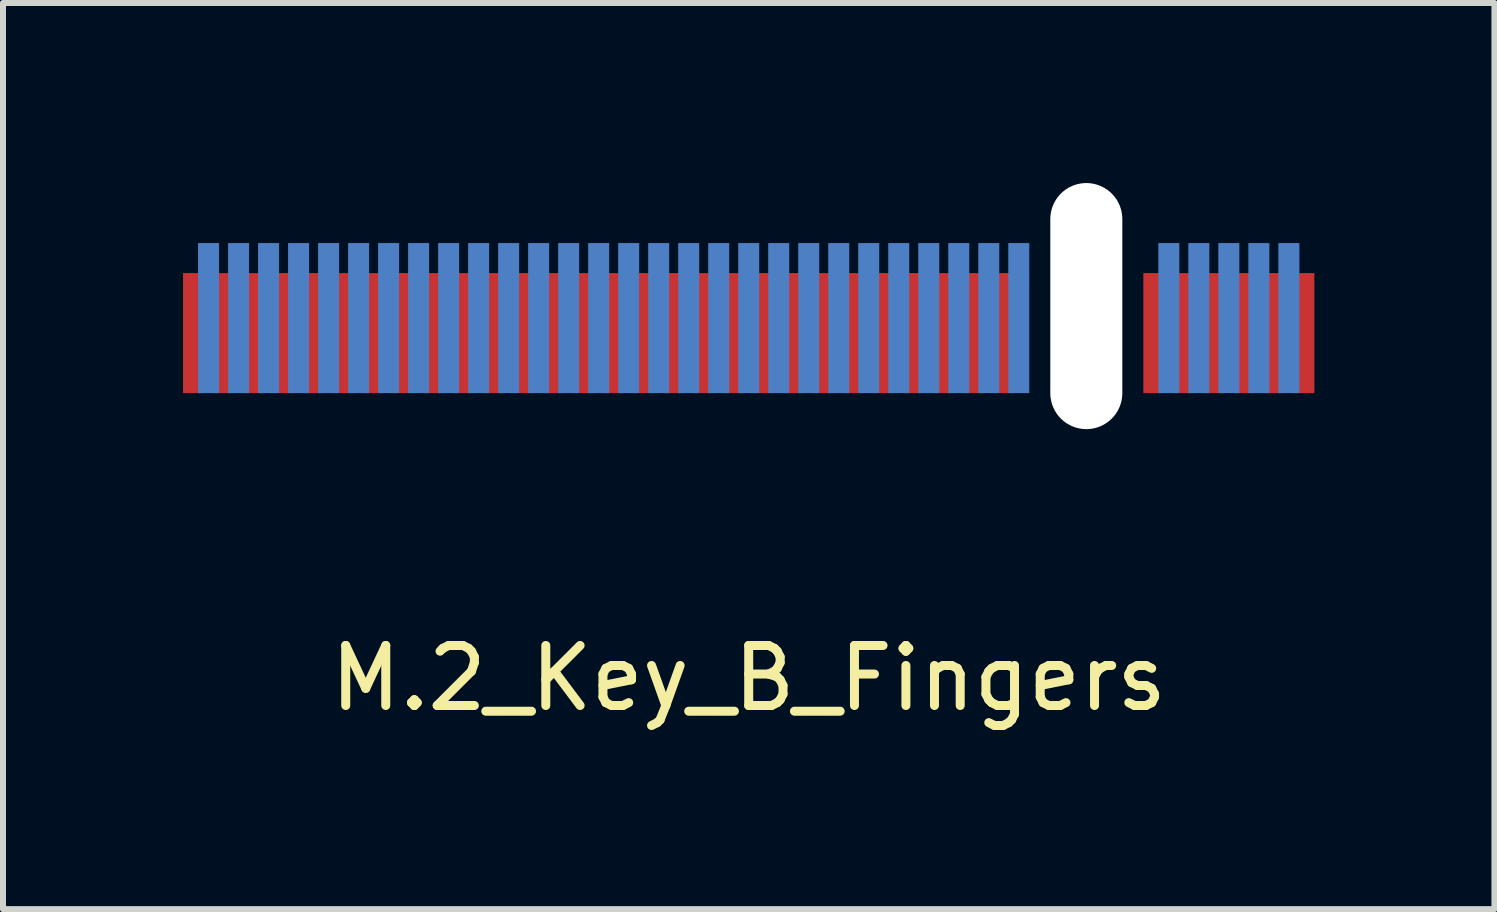
<source format=kicad_pcb>
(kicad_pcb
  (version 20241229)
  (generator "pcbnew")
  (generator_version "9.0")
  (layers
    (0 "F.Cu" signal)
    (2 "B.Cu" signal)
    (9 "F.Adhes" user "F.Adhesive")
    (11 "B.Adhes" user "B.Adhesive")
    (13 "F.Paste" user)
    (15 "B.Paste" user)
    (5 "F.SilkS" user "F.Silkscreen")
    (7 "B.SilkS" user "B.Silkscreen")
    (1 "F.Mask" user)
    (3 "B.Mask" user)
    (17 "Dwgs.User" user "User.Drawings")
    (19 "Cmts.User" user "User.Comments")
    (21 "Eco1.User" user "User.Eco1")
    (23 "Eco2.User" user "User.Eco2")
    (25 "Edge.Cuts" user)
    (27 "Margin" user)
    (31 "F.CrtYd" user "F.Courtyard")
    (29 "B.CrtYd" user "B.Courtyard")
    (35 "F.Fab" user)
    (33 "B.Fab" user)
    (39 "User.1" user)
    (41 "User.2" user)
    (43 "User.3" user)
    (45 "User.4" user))
  (footprint "M.2_Key_B_Fingers"
    (layer "F.Cu")
    (at 9.425 3.5)
    (property "Reference" "M.2_Key_B_Fingers" (at 0 4.75 0) (layer "F.SilkS") (effects (font (size 1 1) (thickness 0.15))))
    (attr exclude_from_pos_files exclude_from_bom)
    (pad "" np_thru_hole oval (at 5.625 -1.45) (size 1.2 4.1) (drill oval 1.2 4.1) (layers "*.Cu" "*.Mask"))
    (pad "1" connect rect (at 9.25 -1) (size 0.35 2) (layers "F.Cu" "F.Mask"))
    (pad "2" connect rect (at 9 -1.25) (size 0.35 2.5) (layers "B.Cu" "B.Mask"))
    (pad "3" connect rect (at 8.75 -1) (size 0.35 2) (layers "F.Cu" "F.Mask"))
    (pad "4" connect rect (at 8.5 -1.25) (size 0.35 2.5) (layers "B.Cu" "B.Mask"))
    (pad "5" connect rect (at 8.25 -1) (size 0.35 2) (layers "F.Cu" "F.Mask"))
    (pad "6" connect rect (at 8 -1.25) (size 0.35 2.5) (layers "B.Cu" "B.Mask"))
    (pad "7" connect rect (at 7.75 -1) (size 0.35 2) (layers "F.Cu" "F.Mask"))
    (pad "8" connect rect (at 7.5 -1.25) (size 0.35 2.5) (layers "B.Cu" "B.Mask"))
    (pad "9" connect rect (at 7.25 -1) (size 0.35 2) (layers "F.Cu" "F.Mask"))
    (pad "10" connect rect (at 7 -1.25) (size 0.35 2.5) (layers "B.Cu" "B.Mask"))
    (pad "11" connect rect (at 6.75 -1) (size 0.35 2) (layers "F.Cu" "F.Mask"))
    (pad "20" connect rect (at 4.5 -1.25) (size 0.35 2.5) (layers "B.Cu" "B.Mask"))
    (pad "21" connect rect (at 4.25 -1) (size 0.35 2) (layers "F.Cu" "F.Mask"))
    (pad "22" connect rect (at 4 -1.25) (size 0.35 2.5) (layers "B.Cu" "B.Mask"))
    (pad "23" connect rect (at 3.75 -1) (size 0.35 2) (layers "F.Cu" "F.Mask"))
    (pad "24" connect rect (at 3.5 -1.25) (size 0.35 2.5) (layers "B.Cu" "B.Mask"))
    (pad "25" connect rect (at 3.25 -1) (size 0.35 2) (layers "F.Cu" "F.Mask"))
    (pad "26" connect rect (at 3 -1.25) (size 0.35 2.5) (layers "B.Cu" "B.Mask"))
    (pad "27" connect rect (at 2.75 -1) (size 0.35 2) (layers "F.Cu" "F.Mask"))
    (pad "28" connect rect (at 2.5 -1.25) (size 0.35 2.5) (layers "B.Cu" "B.Mask"))
    (pad "29" connect rect (at 2.25 -1) (size 0.35 2) (layers "F.Cu" "F.Mask"))
    (pad "30" connect rect (at 2 -1.25) (size 0.35 2.5) (layers "B.Cu" "B.Mask"))
    (pad "31" connect rect (at 1.75 -1) (size 0.35 2) (layers "F.Cu" "F.Mask"))
    (pad "32" connect rect (at 1.5 -1.25) (size 0.35 2.5) (layers "B.Cu" "B.Mask"))
    (pad "33" connect rect (at 1.25 -1) (size 0.35 2) (layers "F.Cu" "F.Mask"))
    (pad "34" connect rect (at 1 -1.25) (size 0.35 2.5) (layers "B.Cu" "B.Mask"))
    (pad "35" connect rect (at 0.75 -1) (size 0.35 2) (layers "F.Cu" "F.Mask"))
    (pad "36" connect rect (at 0.5 -1.25) (size 0.35 2.5) (layers "B.Cu" "B.Mask"))
    (pad "37" connect rect (at 0.25 -1) (size 0.35 2) (layers "F.Cu" "F.Mask"))
    (pad "38" connect rect (at 0 -1.25) (size 0.35 2.5) (layers "B.Cu" "B.Mask"))
    (pad "39" connect rect (at -0.25 -1) (size 0.35 2) (layers "F.Cu" "F.Mask"))
    (pad "40" connect rect (at -0.5 -1.25) (size 0.35 2.5) (layers "B.Cu" "B.Mask"))
    (pad "41" connect rect (at -0.75 -1) (size 0.35 2) (layers "F.Cu" "F.Mask"))
    (pad "42" connect rect (at -1 -1.25) (size 0.35 2.5) (layers "B.Cu" "B.Mask"))
    (pad "43" connect rect (at -1.25 -1) (size 0.35 2) (layers "F.Cu" "F.Mask"))
    (pad "44" connect rect (at -1.5 -1.25) (size 0.35 2.5) (layers "B.Cu" "B.Mask"))
    (pad "45" connect rect (at -1.75 -1) (size 0.35 2) (layers "F.Cu" "F.Mask"))
    (pad "46" connect rect (at -2 -1.25) (size 0.35 2.5) (layers "B.Cu" "B.Mask"))
    (pad "47" connect rect (at -2.25 -1) (size 0.35 2) (layers "F.Cu" "F.Mask"))
    (pad "48" connect rect (at -2.5 -1.25) (size 0.35 2.5) (layers "B.Cu" "B.Mask"))
    (pad "49" connect rect (at -2.75 -1) (size 0.35 2) (layers "F.Cu" "F.Mask"))
    (pad "50" connect rect (at -3 -1.25) (size 0.35 2.5) (layers "B.Cu" "B.Mask"))
    (pad "51" connect rect (at -3.25 -1) (size 0.35 2) (layers "F.Cu" "F.Mask"))
    (pad "52" connect rect (at -3.5 -1.25) (size 0.35 2.5) (layers "B.Cu" "B.Mask"))
    (pad "53" connect rect (at -3.75 -1) (size 0.35 2) (layers "F.Cu" "F.Mask"))
    (pad "54" connect rect (at -4 -1.25) (size 0.35 2.5) (layers "B.Cu" "B.Mask"))
    (pad "55" connect rect (at -4.25 -1) (size 0.35 2) (layers "F.Cu" "F.Mask"))
    (pad "56" connect rect (at -4.5 -1.25) (size 0.35 2.5) (layers "B.Cu" "B.Mask"))
    (pad "57" connect rect (at -4.75 -1) (size 0.35 2) (layers "F.Cu" "F.Mask"))
    (pad "58" connect rect (at -5 -1.25) (size 0.35 2.5) (layers "B.Cu" "B.Mask"))
    (pad "59" connect rect (at -5.25 -1) (size 0.35 2) (layers "F.Cu" "F.Mask"))
    (pad "60" connect rect (at -5.5 -1.25) (size 0.35 2.5) (layers "B.Cu" "B.Mask"))
    (pad "61" connect rect (at -5.75 -1) (size 0.35 2) (layers "F.Cu" "F.Mask"))
    (pad "62" connect rect (at -6 -1.25) (size 0.35 2.5) (layers "B.Cu" "B.Mask"))
    (pad "63" connect rect (at -6.25 -1) (size 0.35 2) (layers "F.Cu" "F.Mask"))
    (pad "64" connect rect (at -6.5 -1.25) (size 0.35 2.5) (layers "B.Cu" "B.Mask"))
    (pad "65" connect rect (at -6.75 -1) (size 0.35 2) (layers "F.Cu" "F.Mask"))
    (pad "66" connect rect (at -7 -1.25) (size 0.35 2.5) (layers "B.Cu" "B.Mask"))
    (pad "67" connect rect (at -7.25 -1) (size 0.35 2) (layers "F.Cu" "F.Mask"))
    (pad "68" connect rect (at -7.5 -1.25) (size 0.35 2.5) (layers "B.Cu" "B.Mask"))
    (pad "69" connect rect (at -7.75 -1) (size 0.35 2) (layers "F.Cu" "F.Mask"))
    (pad "70" connect rect (at -8 -1.25) (size 0.35 2.5) (layers "B.Cu" "B.Mask"))
    (pad "71" connect rect (at -8.25 -1) (size 0.35 2) (layers "F.Cu" "F.Mask"))
    (pad "72" connect rect (at -8.5 -1.25) (size 0.35 2.5) (layers "B.Cu" "B.Mask"))
    (pad "73" connect rect (at -8.75 -1) (size 0.35 2) (layers "F.Cu" "F.Mask"))
    (pad "74" connect rect (at -9 -1.25) (size 0.35 2.5) (layers "B.Cu" "B.Mask"))
    (pad "75" connect rect (at -9.25 -1) (size 0.35 2) (layers "F.Cu" "F.Mask")))
  (gr_rect
    (start -3 -3)
    (end 21.85 12.098)
    (stroke (width 0.1) (type default))
    (fill no)
    (layer "Edge.Cuts")))
</source>
